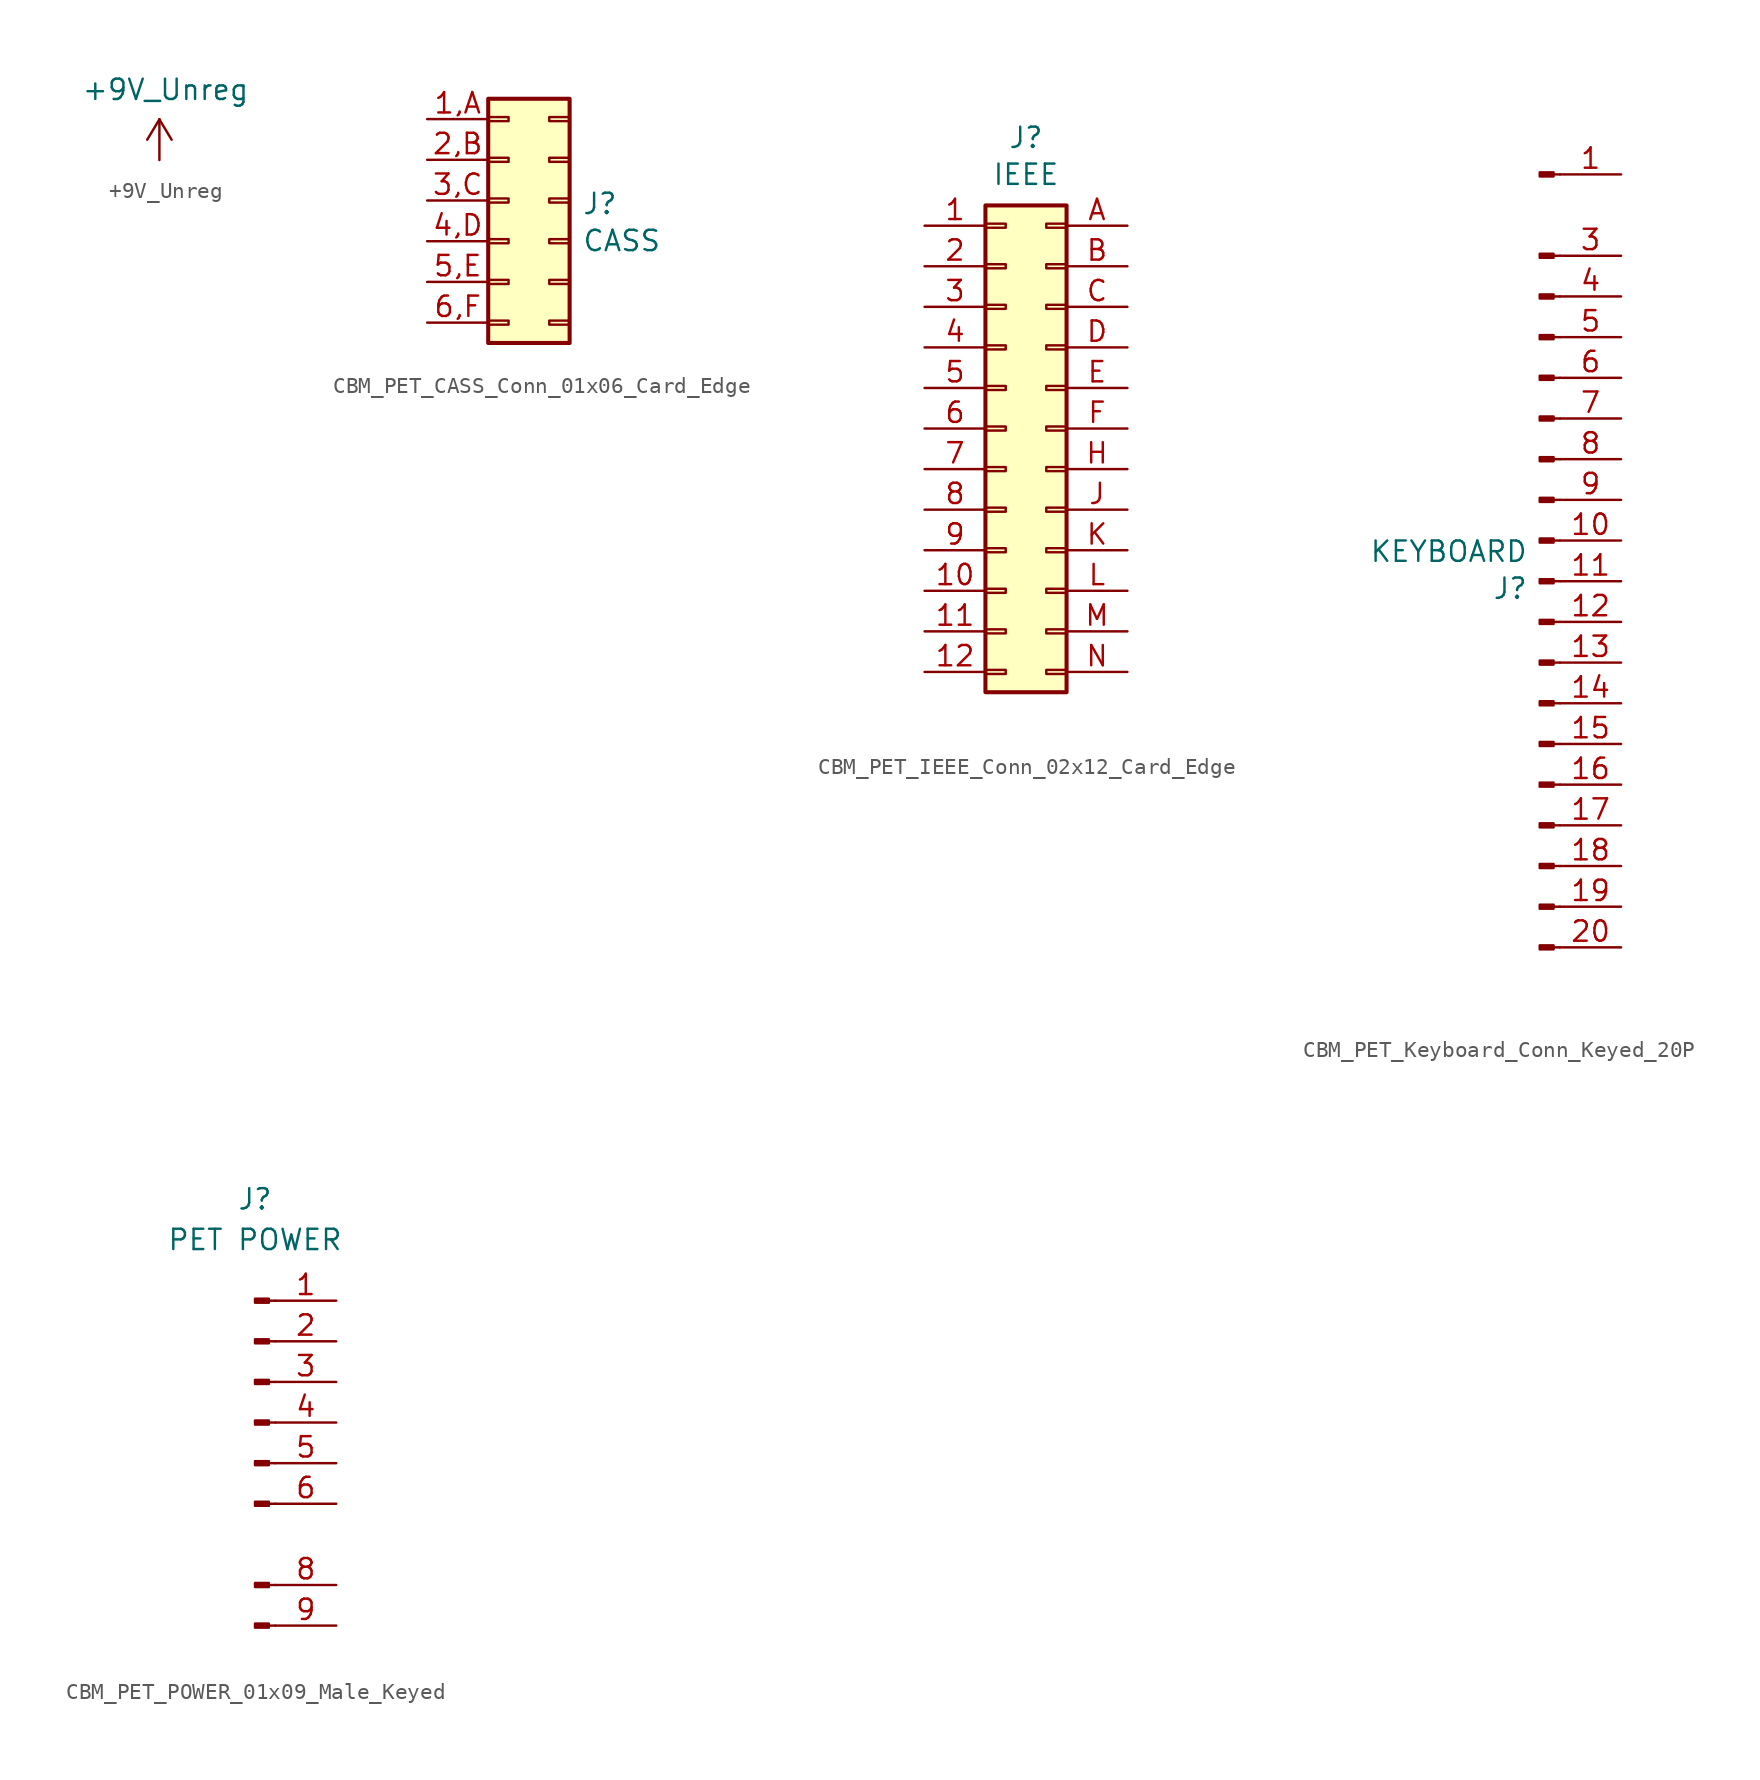
<source format=kicad_sym>
(kicad_symbol_lib
  (version 20231120)
  (generator "kicad_symbol_editor")
  (generator_version "8.0")
  (symbol "+9V_Unreg"
    (power)
    (pin_names
      (offset 0))
    (property "Reference" "#PWR"
      (at 0 -3.81 0)
      (effects (font (size 1.27 1.27)) (hide yes)))
    (property "Value" "+9V_Unreg"
      (at 0.381 4.394 0)
      (effects (font (size 1.27 1.27))))
    (symbol "+9V_Unreg_0_1"
      (polyline (pts (xy -0.762 1.27) (xy 0 2.54)) (stroke (width 0) (type default)) (fill (type none)))
      (polyline (pts (xy 0 0) (xy 0 2.54)) (stroke (width 0) (type default)) (fill (type none)))
      (polyline (pts (xy 0 2.54) (xy 0.762 1.27)) (stroke (width 0) (type default)) (fill (type none))))
    (symbol "+9V_Unreg_1_1"
      (pin power_in line (at 0 0 90) (length 0) hide (name "+9V_Unreg" (effects (font (size 1.27 1.27)))) (number "1" (effects (font (size 1.27 1.27)))))))
  (symbol "CBM_PET_CASS_Conn_01x06_Card_Edge"
    (pin_names
      (offset 1.016) hide)
    (property "Reference" "J"
      (at 4.572 -0.203 0)
      (effects (font (size 1.27 1.27)) (justify left)))
    (property "Value" "CASS"
      (at 4.572 -2.515 0)
      (effects (font (size 1.27 1.27)) (justify left)))
    (symbol "CBM_PET_CASS_Conn_01x06_Card_Edge_1_1"
      (rectangle (start -1.27 -7.493) (end 0 -7.747) (stroke (width 0.152) (type default)) (fill (type none)))
      (rectangle (start -1.27 -4.953) (end 0 -5.207) (stroke (width 0.152) (type default)) (fill (type none)))
      (rectangle (start -1.27 -2.413) (end 0 -2.667) (stroke (width 0.152) (type default)) (fill (type none)))
      (rectangle (start -1.27 0.127) (end 0 -0.127) (stroke (width 0.152) (type default)) (fill (type none)))
      (rectangle (start -1.27 2.667) (end 0 2.413) (stroke (width 0.152) (type default)) (fill (type none)))
      (rectangle (start -1.27 5.207) (end 0 4.953) (stroke (width 0.152) (type default)) (fill (type none)))
      (rectangle (start -1.27 6.35) (end 3.81 -8.89) (stroke (width 0.254) (type default)) (fill (type background)))
      (rectangle (start 3.81 -7.493) (end 2.54 -7.747) (stroke (width 0.152) (type default)) (fill (type none)))
      (rectangle (start 3.81 -4.953) (end 2.54 -5.207) (stroke (width 0.152) (type default)) (fill (type none)))
      (rectangle (start 3.81 -2.413) (end 2.54 -2.667) (stroke (width 0.152) (type default)) (fill (type none)))
      (rectangle (start 3.81 0.127) (end 2.54 -0.127) (stroke (width 0.152) (type default)) (fill (type none)))
      (rectangle (start 3.81 2.667) (end 2.54 2.413) (stroke (width 0.152) (type default)) (fill (type none)))
      (rectangle (start 3.81 5.207) (end 2.54 4.953) (stroke (width 0.152) (type default)) (fill (type none)))
      (pin passive line (at -5.08 5.08 0) (length 3.81) (name "GND" (effects (font (size 1.27 1.27)))) (number "1,A" (effects (font (size 1.27 1.27)))))
      (pin passive line (at -5.08 2.54 0) (length 3.81) (name "+5V" (effects (font (size 1.27 1.27)))) (number "2,B" (effects (font (size 1.27 1.27)))))
      (pin passive line (at -5.08 0 0) (length 3.81) (name "MOTOR" (effects (font (size 1.27 1.27)))) (number "3,C" (effects (font (size 1.27 1.27)))))
      (pin passive line (at -5.08 -2.54 0) (length 3.81) (name "READ" (effects (font (size 1.27 1.27)))) (number "4,D" (effects (font (size 1.27 1.27)))))
      (pin passive line (at -5.08 -5.08 0) (length 3.81) (name "WRITE" (effects (font (size 1.27 1.27)))) (number "5,E" (effects (font (size 1.27 1.27)))))
      (pin passive line (at -5.08 -7.62 0) (length 3.81) (name "SWITCH" (effects (font (size 1.27 1.27)))) (number "6,F" (effects (font (size 1.27 1.27)))))))
  (symbol "CBM_PET_IEEE_Conn_02x12_Card_Edge"
    (pin_names
      (offset 1.016) hide)
    (property "Reference" "J"
      (at 1.27 18.212 0)
      (effects (font (size 1.27 1.27))))
    (property "Value" "IEEE"
      (at 1.27 15.9 0)
      (effects (font (size 1.27 1.27))))
    (symbol "CBM_PET_IEEE_Conn_02x12_Card_Edge_1_1"
      (rectangle (start -1.27 -15.113) (end 0 -15.367) (stroke (width 0.152) (type default)) (fill (type none)))
      (rectangle (start -1.27 -12.573) (end 0 -12.827) (stroke (width 0.152) (type default)) (fill (type none)))
      (rectangle (start -1.27 -10.033) (end 0 -10.287) (stroke (width 0.152) (type default)) (fill (type none)))
      (rectangle (start -1.27 -7.493) (end 0 -7.747) (stroke (width 0.152) (type default)) (fill (type none)))
      (rectangle (start -1.27 -4.953) (end 0 -5.207) (stroke (width 0.152) (type default)) (fill (type none)))
      (rectangle (start -1.27 -2.413) (end 0 -2.667) (stroke (width 0.152) (type default)) (fill (type none)))
      (rectangle (start -1.27 0.127) (end 0 -0.127) (stroke (width 0.152) (type default)) (fill (type none)))
      (rectangle (start -1.27 2.667) (end 0 2.413) (stroke (width 0.152) (type default)) (fill (type none)))
      (rectangle (start -1.27 5.207) (end 0 4.953) (stroke (width 0.152) (type default)) (fill (type none)))
      (rectangle (start -1.27 7.747) (end 0 7.493) (stroke (width 0.152) (type default)) (fill (type none)))
      (rectangle (start -1.27 10.287) (end 0 10.033) (stroke (width 0.152) (type default)) (fill (type none)))
      (rectangle (start -1.27 12.827) (end 0 12.573) (stroke (width 0.152) (type default)) (fill (type none)))
      (rectangle (start -1.27 13.97) (end 3.81 -16.51) (stroke (width 0.254) (type default)) (fill (type background)))
      (rectangle (start 3.81 -15.113) (end 2.54 -15.367) (stroke (width 0.152) (type default)) (fill (type none)))
      (rectangle (start 3.81 -12.573) (end 2.54 -12.827) (stroke (width 0.152) (type default)) (fill (type none)))
      (rectangle (start 3.81 -10.033) (end 2.54 -10.287) (stroke (width 0.152) (type default)) (fill (type none)))
      (rectangle (start 3.81 -7.493) (end 2.54 -7.747) (stroke (width 0.152) (type default)) (fill (type none)))
      (rectangle (start 3.81 -4.953) (end 2.54 -5.207) (stroke (width 0.152) (type default)) (fill (type none)))
      (rectangle (start 3.81 -2.413) (end 2.54 -2.667) (stroke (width 0.152) (type default)) (fill (type none)))
      (rectangle (start 3.81 0.127) (end 2.54 -0.127) (stroke (width 0.152) (type default)) (fill (type none)))
      (rectangle (start 3.81 2.667) (end 2.54 2.413) (stroke (width 0.152) (type default)) (fill (type none)))
      (rectangle (start 3.81 5.207) (end 2.54 4.953) (stroke (width 0.152) (type default)) (fill (type none)))
      (rectangle (start 3.81 7.747) (end 2.54 7.493) (stroke (width 0.152) (type default)) (fill (type none)))
      (rectangle (start 3.81 10.287) (end 2.54 10.033) (stroke (width 0.152) (type default)) (fill (type none)))
      (rectangle (start 3.81 12.827) (end 2.54 12.573) (stroke (width 0.152) (type default)) (fill (type none)))
      (pin passive line (at -5.08 12.7 0) (length 3.81) (name "DIO1" (effects (font (size 1.27 1.27)))) (number "1" (effects (font (size 1.27 1.27)))))
      (pin passive line (at -5.08 -10.16 0) (length 3.81) (name "SRQ" (effects (font (size 1.27 1.27)))) (number "10" (effects (font (size 1.27 1.27)))))
      (pin passive line (at -5.08 -12.7 0) (length 3.81) (name "ATN" (effects (font (size 1.27 1.27)))) (number "11" (effects (font (size 1.27 1.27)))))
      (pin passive line (at -5.08 -15.24 0) (length 3.81) (name "GND" (effects (font (size 1.27 1.27)))) (number "12" (effects (font (size 1.27 1.27)))))
      (pin passive line (at -5.08 10.16 0) (length 3.81) (name "DIO2" (effects (font (size 1.27 1.27)))) (number "2" (effects (font (size 1.27 1.27)))))
      (pin passive line (at -5.08 7.62 0) (length 3.81) (name "DIO3" (effects (font (size 1.27 1.27)))) (number "3" (effects (font (size 1.27 1.27)))))
      (pin passive line (at -5.08 5.08 0) (length 3.81) (name "DIO4" (effects (font (size 1.27 1.27)))) (number "4" (effects (font (size 1.27 1.27)))))
      (pin passive line (at -5.08 2.54 0) (length 3.81) (name "EOI" (effects (font (size 1.27 1.27)))) (number "5" (effects (font (size 1.27 1.27)))))
      (pin passive line (at -5.08 0 0) (length 3.81) (name "DAV" (effects (font (size 1.27 1.27)))) (number "6" (effects (font (size 1.27 1.27)))))
      (pin passive line (at -5.08 -2.54 0) (length 3.81) (name "NRFD" (effects (font (size 1.27 1.27)))) (number "7" (effects (font (size 1.27 1.27)))))
      (pin passive line (at -5.08 -5.08 0) (length 3.81) (name "NDAC" (effects (font (size 1.27 1.27)))) (number "8" (effects (font (size 1.27 1.27)))))
      (pin passive line (at -5.08 -7.62 0) (length 3.81) (name "IFC" (effects (font (size 1.27 1.27)))) (number "9" (effects (font (size 1.27 1.27)))))
      (pin passive line (at 7.62 12.7 180) (length 3.81) (name "DIO5" (effects (font (size 1.27 1.27)))) (number "A" (effects (font (size 1.27 1.27)))))
      (pin passive line (at 7.62 10.16 180) (length 3.81) (name "DIO6" (effects (font (size 1.27 1.27)))) (number "B" (effects (font (size 1.27 1.27)))))
      (pin passive line (at 7.62 7.62 180) (length 3.81) (name "DIO7" (effects (font (size 1.27 1.27)))) (number "C" (effects (font (size 1.27 1.27)))))
      (pin passive line (at 7.62 5.08 180) (length 3.81) (name "DIO8" (effects (font (size 1.27 1.27)))) (number "D" (effects (font (size 1.27 1.27)))))
      (pin passive line (at 7.62 2.54 180) (length 3.81) (name "GND" (effects (font (size 1.27 1.27)))) (number "E" (effects (font (size 1.27 1.27)))))
      (pin passive line (at 7.62 0 180) (length 3.81) (name "GND" (effects (font (size 1.27 1.27)))) (number "F" (effects (font (size 1.27 1.27)))))
      (pin passive line (at 7.62 -2.54 180) (length 3.81) (name "GND" (effects (font (size 1.27 1.27)))) (number "H" (effects (font (size 1.27 1.27)))))
      (pin passive line (at 7.62 -5.08 180) (length 3.81) (name "GND" (effects (font (size 1.27 1.27)))) (number "J" (effects (font (size 1.27 1.27)))))
      (pin passive line (at 7.62 -7.62 180) (length 3.81) (name "GND" (effects (font (size 1.27 1.27)))) (number "K" (effects (font (size 1.27 1.27)))))
      (pin passive line (at 7.62 -10.16 180) (length 3.81) (name "GND" (effects (font (size 1.27 1.27)))) (number "L" (effects (font (size 1.27 1.27)))))
      (pin passive line (at 7.62 -12.7 180) (length 3.81) (name "GND" (effects (font (size 1.27 1.27)))) (number "M" (effects (font (size 1.27 1.27)))))
      (pin passive line (at 7.62 -15.24 180) (length 3.81) (name "GND" (effects (font (size 1.27 1.27)))) (number "N" (effects (font (size 1.27 1.27)))))))
  (symbol "CBM_PET_Keyboard_Conn_Keyed_20P"
    (pin_names
      (offset 1.016) hide)
    (property "Reference" "J"
      (at -0.711 -2.997 0)
      (effects (font (size 1.27 1.27)) (justify right)))
    (property "Value" "KEYBOARD"
      (at -0.711 -0.686 0)
      (effects (font (size 1.27 1.27)) (justify right)))
    (symbol "CBM_PET_Keyboard_Conn_Keyed_20P_1_1"
      (polyline (pts (xy 1.27 -25.4) (xy 0.864 -25.4)) (stroke (width 0.152) (type default)) (fill (type none)))
      (polyline (pts (xy 1.27 -22.86) (xy 0.864 -22.86)) (stroke (width 0.152) (type default)) (fill (type none)))
      (polyline (pts (xy 1.27 -20.32) (xy 0.864 -20.32)) (stroke (width 0.152) (type default)) (fill (type none)))
      (polyline (pts (xy 1.27 -17.78) (xy 0.864 -17.78)) (stroke (width 0.152) (type default)) (fill (type none)))
      (polyline (pts (xy 1.27 -15.24) (xy 0.864 -15.24)) (stroke (width 0.152) (type default)) (fill (type none)))
      (polyline (pts (xy 1.27 -12.7) (xy 0.864 -12.7)) (stroke (width 0.152) (type default)) (fill (type none)))
      (polyline (pts (xy 1.27 -10.16) (xy 0.864 -10.16)) (stroke (width 0.152) (type default)) (fill (type none)))
      (polyline (pts (xy 1.27 -7.62) (xy 0.864 -7.62)) (stroke (width 0.152) (type default)) (fill (type none)))
      (polyline (pts (xy 1.27 -5.08) (xy 0.864 -5.08)) (stroke (width 0.152) (type default)) (fill (type none)))
      (polyline (pts (xy 1.27 -2.54) (xy 0.864 -2.54)) (stroke (width 0.152) (type default)) (fill (type none)))
      (polyline (pts (xy 1.27 0) (xy 0.864 0)) (stroke (width 0.152) (type default)) (fill (type none)))
      (polyline (pts (xy 1.27 2.54) (xy 0.864 2.54)) (stroke (width 0.152) (type default)) (fill (type none)))
      (polyline (pts (xy 1.27 5.08) (xy 0.864 5.08)) (stroke (width 0.152) (type default)) (fill (type none)))
      (polyline (pts (xy 1.27 7.62) (xy 0.864 7.62)) (stroke (width 0.152) (type default)) (fill (type none)))
      (polyline (pts (xy 1.27 10.16) (xy 0.864 10.16)) (stroke (width 0.152) (type default)) (fill (type none)))
      (polyline (pts (xy 1.27 12.7) (xy 0.864 12.7)) (stroke (width 0.152) (type default)) (fill (type none)))
      (polyline (pts (xy 1.27 15.24) (xy 0.864 15.24)) (stroke (width 0.152) (type default)) (fill (type none)))
      (polyline (pts (xy 1.27 17.78) (xy 0.864 17.78)) (stroke (width 0.152) (type default)) (fill (type none)))
      (polyline (pts (xy 1.27 22.86) (xy 0.864 22.86)) (stroke (width 0.152) (type default)) (fill (type none)))
      (rectangle (start 0.864 -25.273) (end 0 -25.527) (stroke (width 0.152) (type default)) (fill (type outline)))
      (rectangle (start 0.864 -22.733) (end 0 -22.987) (stroke (width 0.152) (type default)) (fill (type outline)))
      (rectangle (start 0.864 -20.193) (end 0 -20.447) (stroke (width 0.152) (type default)) (fill (type outline)))
      (rectangle (start 0.864 -17.653) (end 0 -17.907) (stroke (width 0.152) (type default)) (fill (type outline)))
      (rectangle (start 0.864 -15.113) (end 0 -15.367) (stroke (width 0.152) (type default)) (fill (type outline)))
      (rectangle (start 0.864 -12.573) (end 0 -12.827) (stroke (width 0.152) (type default)) (fill (type outline)))
      (rectangle (start 0.864 -10.033) (end 0 -10.287) (stroke (width 0.152) (type default)) (fill (type outline)))
      (rectangle (start 0.864 -7.493) (end 0 -7.747) (stroke (width 0.152) (type default)) (fill (type outline)))
      (rectangle (start 0.864 -4.953) (end 0 -5.207) (stroke (width 0.152) (type default)) (fill (type outline)))
      (rectangle (start 0.864 -2.413) (end 0 -2.667) (stroke (width 0.152) (type default)) (fill (type outline)))
      (rectangle (start 0.864 0.127) (end 0 -0.127) (stroke (width 0.152) (type default)) (fill (type outline)))
      (rectangle (start 0.864 2.667) (end 0 2.413) (stroke (width 0.152) (type default)) (fill (type outline)))
      (rectangle (start 0.864 5.207) (end 0 4.953) (stroke (width 0.152) (type default)) (fill (type outline)))
      (rectangle (start 0.864 7.747) (end 0 7.493) (stroke (width 0.152) (type default)) (fill (type outline)))
      (rectangle (start 0.864 10.287) (end 0 10.033) (stroke (width 0.152) (type default)) (fill (type outline)))
      (rectangle (start 0.864 12.827) (end 0 12.573) (stroke (width 0.152) (type default)) (fill (type outline)))
      (rectangle (start 0.864 15.367) (end 0 15.113) (stroke (width 0.152) (type default)) (fill (type outline)))
      (rectangle (start 0.864 17.907) (end 0 17.653) (stroke (width 0.152) (type default)) (fill (type outline)))
      (rectangle (start 0.864 22.987) (end 0 22.733) (stroke (width 0.152) (type default)) (fill (type outline)))
      (pin passive line (at 5.08 22.86 180) (length 3.81) (name "Pin_1" (effects (font (size 1.27 1.27)))) (number "1" (effects (font (size 1.27 1.27)))))
      (pin passive line (at 5.08 0 180) (length 3.81) (name "Pin_10" (effects (font (size 1.27 1.27)))) (number "10" (effects (font (size 1.27 1.27)))))
      (pin passive line (at 5.08 -2.54 180) (length 3.81) (name "Pin_11" (effects (font (size 1.27 1.27)))) (number "11" (effects (font (size 1.27 1.27)))))
      (pin passive line (at 5.08 -5.08 180) (length 3.81) (name "Pin_12" (effects (font (size 1.27 1.27)))) (number "12" (effects (font (size 1.27 1.27)))))
      (pin passive line (at 5.08 -7.62 180) (length 3.81) (name "Pin_13" (effects (font (size 1.27 1.27)))) (number "13" (effects (font (size 1.27 1.27)))))
      (pin passive line (at 5.08 -10.16 180) (length 3.81) (name "Pin_14" (effects (font (size 1.27 1.27)))) (number "14" (effects (font (size 1.27 1.27)))))
      (pin passive line (at 5.08 -12.7 180) (length 3.81) (name "Pin_15" (effects (font (size 1.27 1.27)))) (number "15" (effects (font (size 1.27 1.27)))))
      (pin passive line (at 5.08 -15.24 180) (length 3.81) (name "Pin_16" (effects (font (size 1.27 1.27)))) (number "16" (effects (font (size 1.27 1.27)))))
      (pin passive line (at 5.08 -17.78 180) (length 3.81) (name "Pin_17" (effects (font (size 1.27 1.27)))) (number "17" (effects (font (size 1.27 1.27)))))
      (pin passive line (at 5.08 -20.32 180) (length 3.81) (name "Pin_18" (effects (font (size 1.27 1.27)))) (number "18" (effects (font (size 1.27 1.27)))))
      (pin passive line (at 5.08 -22.86 180) (length 3.81) (name "Pin_19" (effects (font (size 1.27 1.27)))) (number "19" (effects (font (size 1.27 1.27)))))
      (pin passive line (at 5.08 -25.4 180) (length 3.81) (name "Pin_20" (effects (font (size 1.27 1.27)))) (number "20" (effects (font (size 1.27 1.27)))))
      (pin passive line (at 5.08 17.78 180) (length 3.81) (name "Pin_3" (effects (font (size 1.27 1.27)))) (number "3" (effects (font (size 1.27 1.27)))))
      (pin passive line (at 5.08 15.24 180) (length 3.81) (name "Pin_4" (effects (font (size 1.27 1.27)))) (number "4" (effects (font (size 1.27 1.27)))))
      (pin passive line (at 5.08 12.7 180) (length 3.81) (name "Pin_5" (effects (font (size 1.27 1.27)))) (number "5" (effects (font (size 1.27 1.27)))))
      (pin passive line (at 5.08 10.16 180) (length 3.81) (name "Pin_6" (effects (font (size 1.27 1.27)))) (number "6" (effects (font (size 1.27 1.27)))))
      (pin passive line (at 5.08 7.62 180) (length 3.81) (name "Pin_7" (effects (font (size 1.27 1.27)))) (number "7" (effects (font (size 1.27 1.27)))))
      (pin passive line (at 5.08 5.08 180) (length 3.81) (name "Pin_8" (effects (font (size 1.27 1.27)))) (number "8" (effects (font (size 1.27 1.27)))))
      (pin passive line (at 5.08 2.54 180) (length 3.81) (name "Pin_9" (effects (font (size 1.27 1.27)))) (number "9" (effects (font (size 1.27 1.27)))))))
  (symbol "CBM_PET_POWER_01x09_Male_Keyed"
    (pin_names
      (offset 1.016) hide)
    (property "Reference" "J"
      (at 0 16.51 0)
      (effects (font (size 1.27 1.27))))
    (property "Value" "PET POWER"
      (at 0 13.97 0)
      (effects (font (size 1.27 1.27))))
    (symbol "CBM_PET_POWER_01x09_Male_Keyed_1_1"
      (polyline (pts (xy 1.27 -10.16) (xy 0.864 -10.16)) (stroke (width 0.152) (type default)) (fill (type none)))
      (polyline (pts (xy 1.27 -7.62) (xy 0.864 -7.62)) (stroke (width 0.152) (type default)) (fill (type none)))
      (polyline (pts (xy 1.27 -2.54) (xy 0.864 -2.54)) (stroke (width 0.152) (type default)) (fill (type none)))
      (polyline (pts (xy 1.27 0) (xy 0.864 0)) (stroke (width 0.152) (type default)) (fill (type none)))
      (polyline (pts (xy 1.27 2.54) (xy 0.864 2.54)) (stroke (width 0.152) (type default)) (fill (type none)))
      (polyline (pts (xy 1.27 5.08) (xy 0.864 5.08)) (stroke (width 0.152) (type default)) (fill (type none)))
      (polyline (pts (xy 1.27 7.62) (xy 0.864 7.62)) (stroke (width 0.152) (type default)) (fill (type none)))
      (polyline (pts (xy 1.27 10.16) (xy 0.864 10.16)) (stroke (width 0.152) (type default)) (fill (type none)))
      (rectangle (start 0.864 -10.033) (end 0 -10.287) (stroke (width 0.152) (type default)) (fill (type outline)))
      (rectangle (start 0.864 -7.493) (end 0 -7.747) (stroke (width 0.152) (type default)) (fill (type outline)))
      (rectangle (start 0.864 -2.413) (end 0 -2.667) (stroke (width 0.152) (type default)) (fill (type outline)))
      (rectangle (start 0.864 0.127) (end 0 -0.127) (stroke (width 0.152) (type default)) (fill (type outline)))
      (rectangle (start 0.864 2.667) (end 0 2.413) (stroke (width 0.152) (type default)) (fill (type outline)))
      (rectangle (start 0.864 5.207) (end 0 4.953) (stroke (width 0.152) (type default)) (fill (type outline)))
      (rectangle (start 0.864 7.747) (end 0 7.493) (stroke (width 0.152) (type default)) (fill (type outline)))
      (rectangle (start 0.864 10.287) (end 0 10.033) (stroke (width 0.152) (type default)) (fill (type outline)))
      (pin power_out line (at 5.08 10.16 180) (length 3.81) (name "AC1" (effects (font (size 1.27 1.27)))) (number "1" (effects (font (size 1.27 1.27)))))
      (pin power_out line (at 5.08 7.62 180) (length 3.81) (name "9V_IN" (effects (font (size 1.27 1.27)))) (number "2" (effects (font (size 1.27 1.27)))))
      (pin power_out line (at 5.08 5.08 180) (length 3.81) (name "GND" (effects (font (size 1.27 1.27)))) (number "3" (effects (font (size 1.27 1.27)))))
      (pin passive line (at 5.08 2.54 180) (length 3.81) (name "9V_OUT" (effects (font (size 1.27 1.27)))) (number "4" (effects (font (size 1.27 1.27)))))
      (pin power_out line (at 5.08 0 180) (length 3.81) (name "AC2" (effects (font (size 1.27 1.27)))) (number "5" (effects (font (size 1.27 1.27)))))
      (pin passive line (at 5.08 -2.54 180) (length 3.81) (name "GND" (effects (font (size 1.27 1.27)))) (number "6" (effects (font (size 1.27 1.27)))))
      (pin power_out line (at 5.08 -7.62 180) (length 3.81) (name "AC3" (effects (font (size 1.27 1.27)))) (number "8" (effects (font (size 1.27 1.27)))))
      (pin power_out line (at 5.08 -10.16 180) (length 3.81) (name "AC4" (effects (font (size 1.27 1.27)))) (number "9" (effects (font (size 1.27 1.27))))))))
</source>
